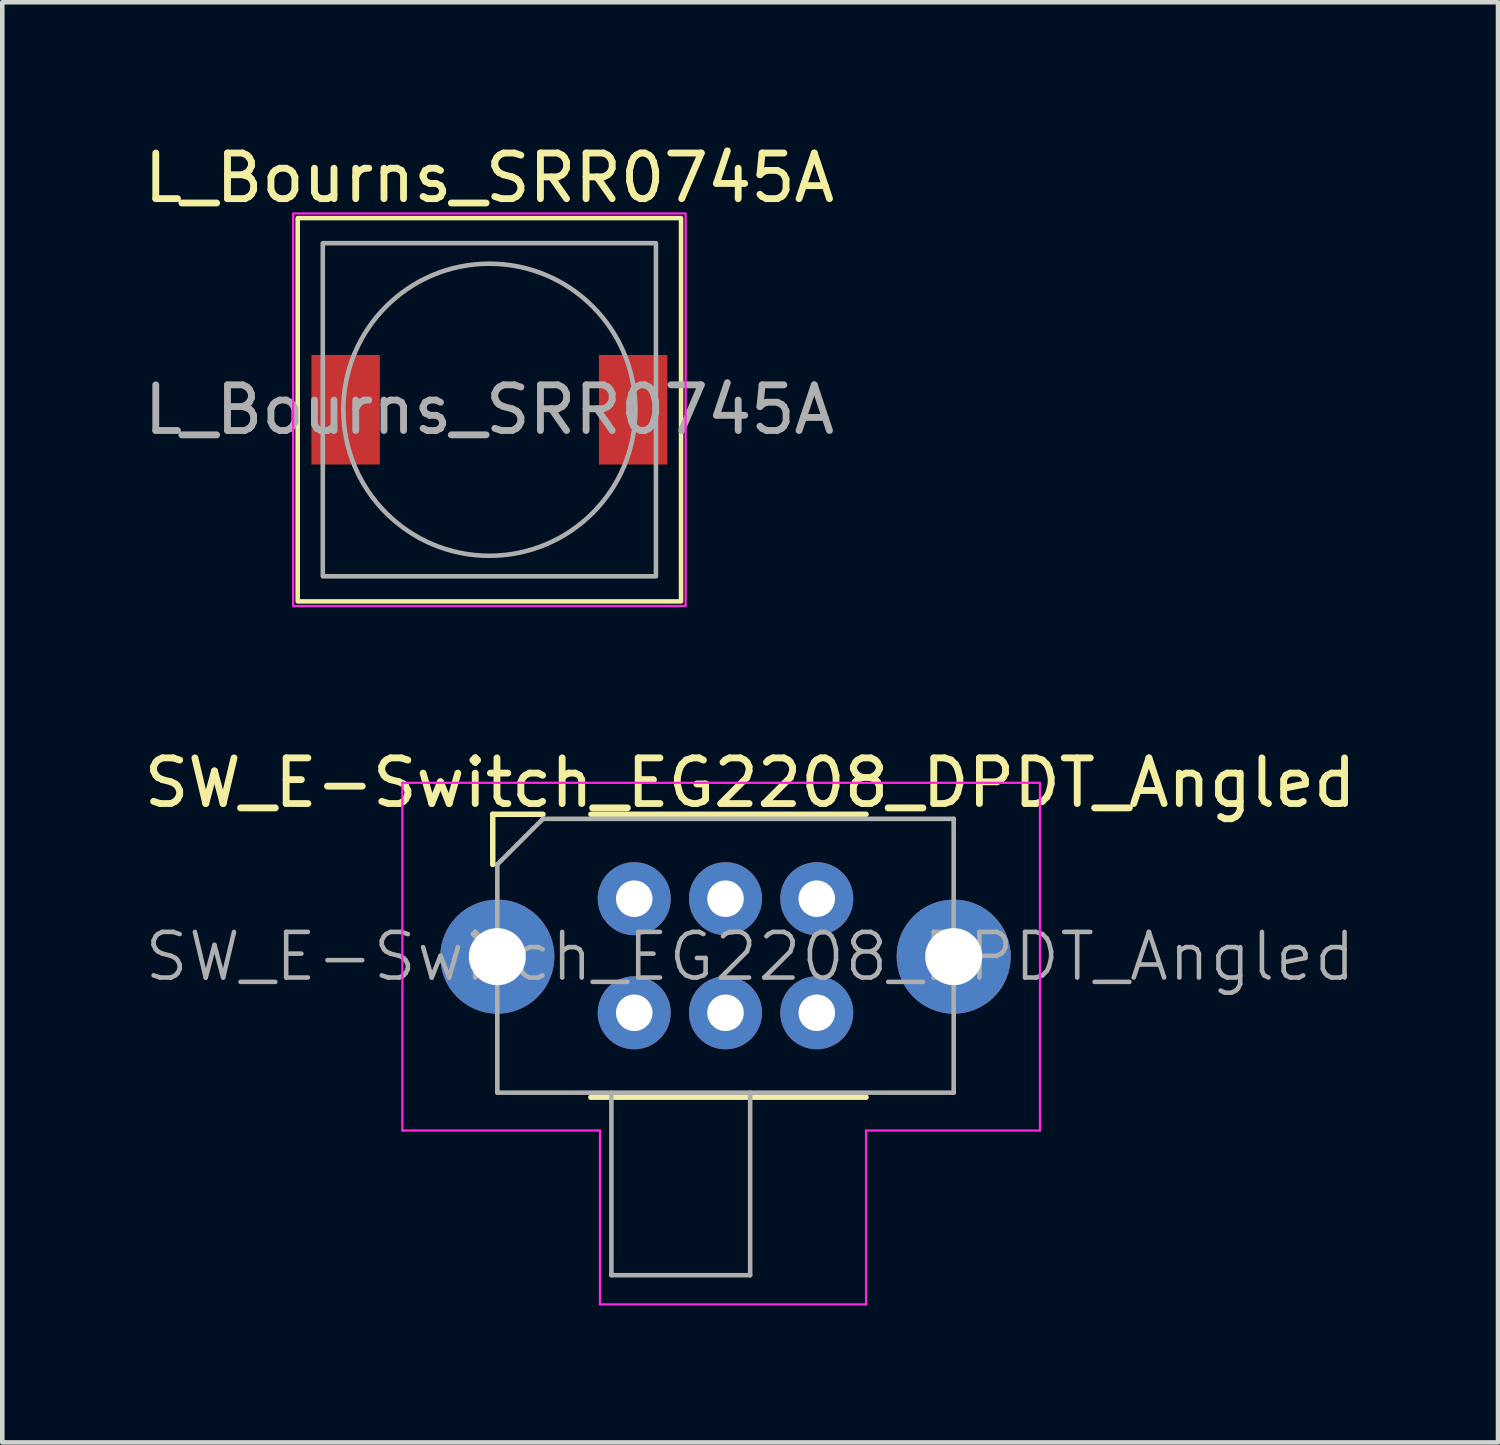
<source format=kicad_pcb>
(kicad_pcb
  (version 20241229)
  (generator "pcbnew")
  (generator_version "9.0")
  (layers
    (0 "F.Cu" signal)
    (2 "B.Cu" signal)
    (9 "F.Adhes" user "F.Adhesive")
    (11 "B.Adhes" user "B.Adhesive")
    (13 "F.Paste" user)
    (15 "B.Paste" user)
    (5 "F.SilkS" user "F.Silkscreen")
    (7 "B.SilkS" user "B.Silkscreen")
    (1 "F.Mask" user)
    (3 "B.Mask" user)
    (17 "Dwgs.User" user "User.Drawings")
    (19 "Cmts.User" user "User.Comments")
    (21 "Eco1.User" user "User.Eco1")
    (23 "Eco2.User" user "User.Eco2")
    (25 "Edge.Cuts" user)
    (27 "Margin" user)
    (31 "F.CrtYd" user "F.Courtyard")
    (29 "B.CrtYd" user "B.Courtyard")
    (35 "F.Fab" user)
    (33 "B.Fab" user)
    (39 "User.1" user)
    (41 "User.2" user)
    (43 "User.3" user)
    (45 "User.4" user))
  (footprint "L_Bourns_SRR0745A"
    (layer "F.Cu")
    (at 7.673 5.928)
    (property "Reference" "L_Bourns_SRR0745A" (at 0 -5.08 0) (layer "F.SilkS") (effects (font (size 1 1) (thickness 0.15))))
    (attr smd)
    (fp_rect (start -4.2 -4.2) (end 4.2 4.2) (stroke (width 0.1) (type solid)) (fill no) (layer "F.SilkS"))
    (fp_rect (start -4.3 -4.3) (end 4.3 4.3) (stroke (width 0.05) (type solid)) (fill no) (layer "F.CrtYd"))
    (fp_rect (start -3.65 -3.65) (end 3.65 3.65) (stroke (width 0.1) (type solid)) (fill no) (layer "F.Fab"))
    (fp_circle (center 0 0) (end 3.2 0) (stroke (width 0.1) (type solid)) (fill no) (layer "F.Fab"))
    (fp_text user "${REFERENCE}" (at 0 0 0) (layer "F.Fab") (effects (font (size 1 1) (thickness 0.15))))
    (pad "1" smd rect (at -3.15 0) (size 1.5 2.4) (layers "F.Cu" "F.Mask" "F.Paste"))
    (pad "2" smd rect (at 3.15 0) (size 1.5 2.4) (layers "F.Cu" "F.Mask" "F.Paste")))
  (footprint "SW_E-Switch_EG2208_DPDT_Angled"
    (layer "F.Cu")
    (at 10.847 16.642)
    (property "Reference" "SW_E-Switch_EG2208_DPDT_Angled" (at 2.54 -2.54 0) (layer "F.SilkS") (effects (font (size 1 1) (thickness 0.15))))
    (attr through_hole)
    (fp_line (start -3.1 -1.85) (end -2 -1.85) (stroke (width 0.12) (type solid)) (layer "F.SilkS"))
    (fp_line (start -3.1 -0.75) (end -3.1 -1.85) (stroke (width 0.12) (type solid)) (layer "F.SilkS"))
    (fp_line (start -0.95 -1.85) (end 5.08 -1.85) (stroke (width 0.12) (type solid)) (layer "F.SilkS"))
    (fp_line (start 5.08 4.35) (end -0.95 4.35) (stroke (width 0.12) (type solid)) (layer "F.SilkS"))
    (fp_line (start -5.08 -2.54) (end 8.89 -2.54) (stroke (width 0.05) (type solid)) (layer "F.CrtYd"))
    (fp_line (start -5.08 5.08) (end -5.08 -2.54) (stroke (width 0.05) (type solid)) (layer "F.CrtYd"))
    (fp_line (start -0.75 5.08) (end -5.08 5.08) (stroke (width 0.05) (type solid)) (layer "F.CrtYd"))
    (fp_line (start -0.75 8.89) (end -0.75 5.08) (stroke (width 0.05) (type solid)) (layer "F.CrtYd"))
    (fp_line (start 5.08 5.08) (end 5.08 8.89) (stroke (width 0.05) (type solid)) (layer "F.CrtYd"))
    (fp_line (start 5.08 8.89) (end -0.75 8.89) (stroke (width 0.05) (type solid)) (layer "F.CrtYd"))
    (fp_line (start 8.89 -2.54) (end 8.89 5.08) (stroke (width 0.05) (type solid)) (layer "F.CrtYd"))
    (fp_line (start 8.89 5.08) (end 5.08 5.08) (stroke (width 0.05) (type solid)) (layer "F.CrtYd"))
    (fp_line (start -3 4.25) (end -3 -0.75) (stroke (width 0.1) (type solid)) (layer "F.Fab"))
    (fp_line (start -2 -1.75) (end -3 -0.75) (stroke (width 0.1) (type solid)) (layer "F.Fab"))
    (fp_line (start -2 -1.75) (end 7 -1.75) (stroke (width 0.1) (type solid)) (layer "F.Fab"))
    (fp_line (start -0.5 8.25) (end -0.5 4.25) (stroke (width 0.1) (type solid)) (layer "F.Fab"))
    (fp_line (start 2.54 4.25) (end 2.54 8.25) (stroke (width 0.1) (type solid)) (layer "F.Fab"))
    (fp_line (start 2.54 8.25) (end -0.5 8.25) (stroke (width 0.1) (type solid)) (layer "F.Fab"))
    (fp_line (start 7 -1.75) (end 7 4.25) (stroke (width 0.1) (type solid)) (layer "F.Fab"))
    (fp_line (start 7 4.25) (end -3 4.25) (stroke (width 0.1) (type solid)) (layer "F.Fab"))
    (fp_text user "${REFERENCE}" (at 2.54 1.27 0) (layer "F.Fab") (effects (font (size 1 1) (thickness 0.1))))
    (pad "" thru_hole circle (at -3 1.27) (size 2.5 2.5) (drill 1.25) (layers "*.Cu" "*.Mask"))
    (pad "" thru_hole circle (at 7 1.27) (size 2.5 2.5) (drill 1.25) (layers "*.Cu" "*.Mask"))
    (pad "1" thru_hole circle (at 0 0) (size 1.6 1.6) (drill 0.8) (layers "*.Cu" "*.Mask"))
    (pad "2" thru_hole circle (at 2 0) (size 1.6 1.6) (drill 0.8) (layers "*.Cu" "*.Mask"))
    (pad "3" thru_hole circle (at 4 0) (size 1.6 1.6) (drill 0.8) (layers "*.Cu" "*.Mask"))
    (pad "4" thru_hole circle (at 0 2.5) (size 1.6 1.6) (drill 0.8) (layers "*.Cu" "*.Mask"))
    (pad "5" thru_hole circle (at 2 2.5) (size 1.6 1.6) (drill 0.8) (layers "*.Cu" "*.Mask"))
    (pad "6" thru_hole circle (at 4 2.5) (size 1.6 1.6) (drill 0.8) (layers "*.Cu" "*.Mask")))
  (gr_rect
    (start -3 -3)
    (end 29.774 28.556)
    (stroke (width 0.1) (type default))
    (fill no)
    (layer "Edge.Cuts")))
</source>
